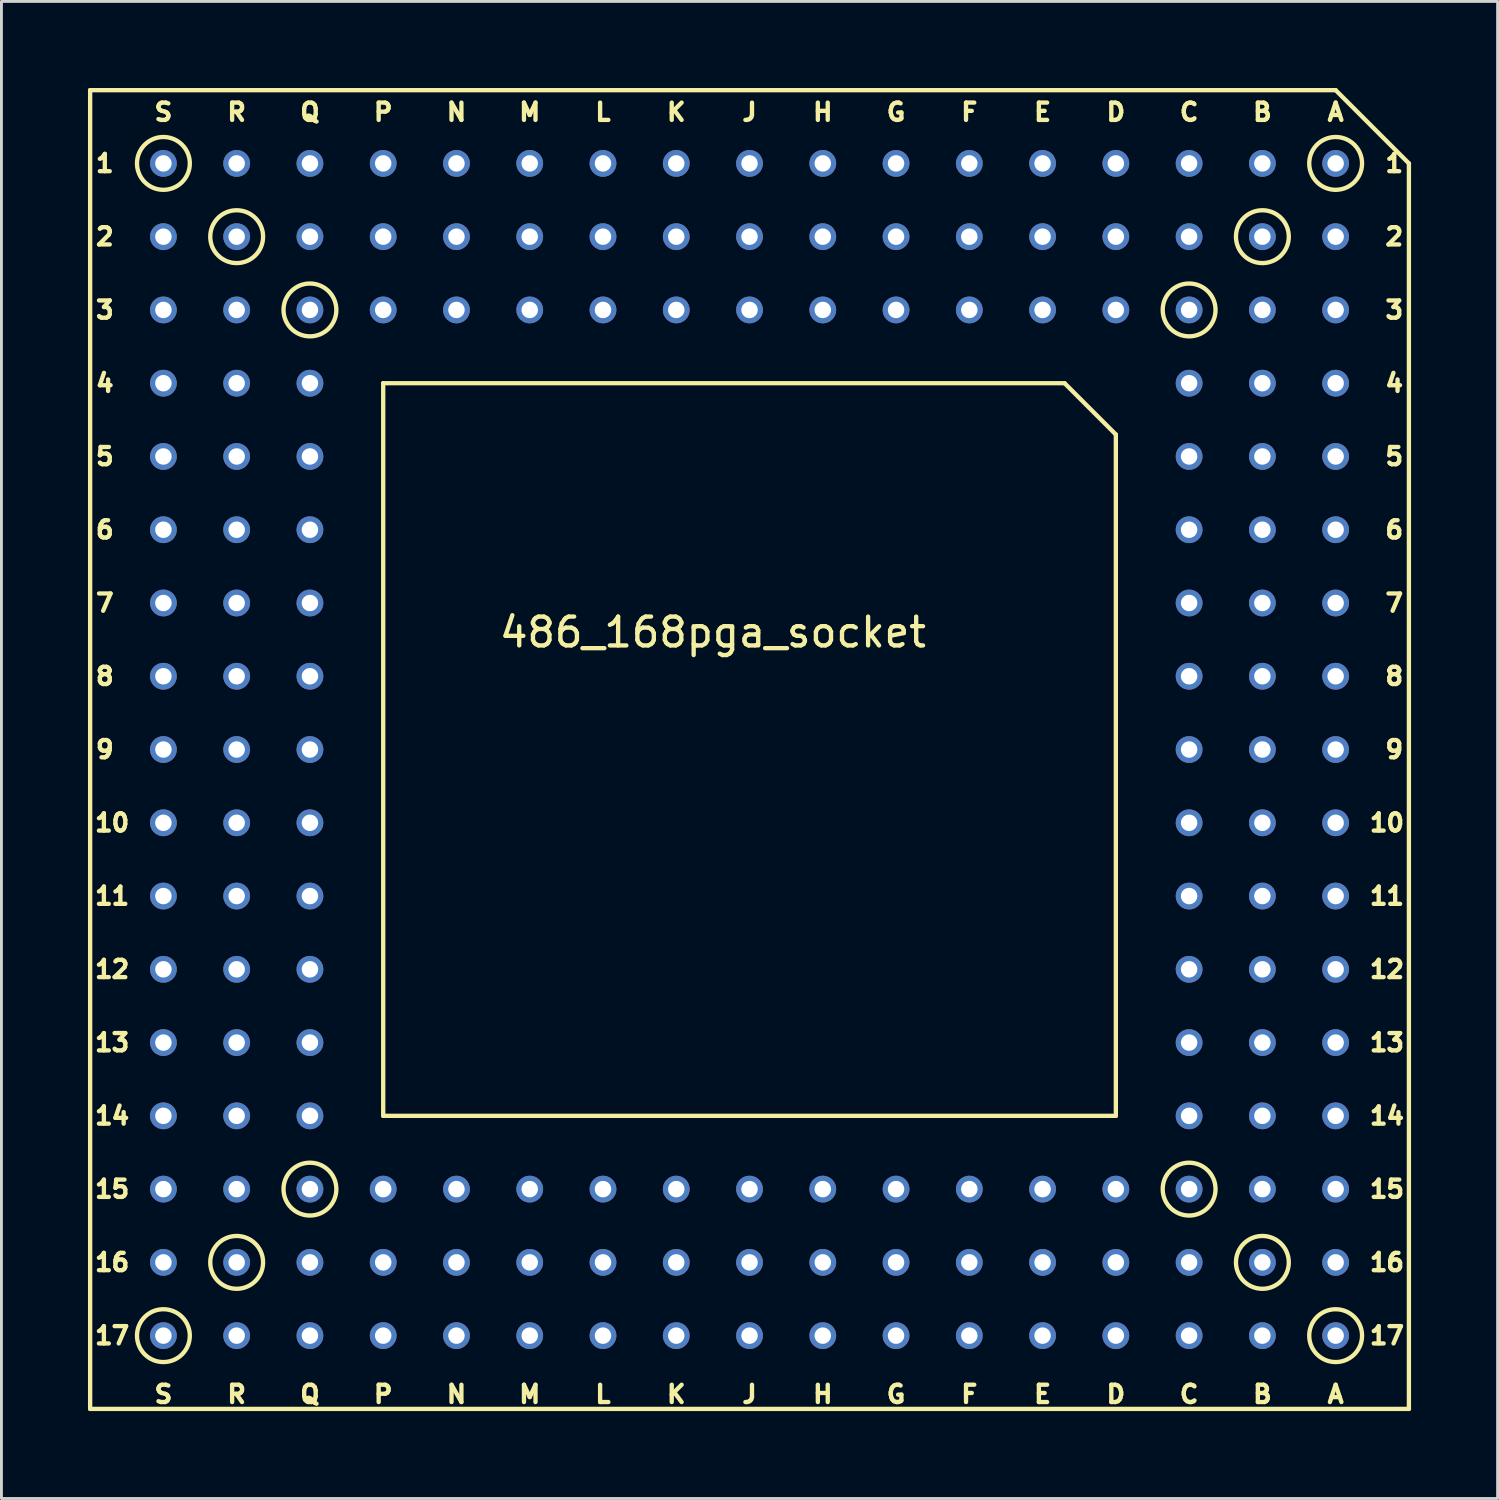
<source format=kicad_pcb>
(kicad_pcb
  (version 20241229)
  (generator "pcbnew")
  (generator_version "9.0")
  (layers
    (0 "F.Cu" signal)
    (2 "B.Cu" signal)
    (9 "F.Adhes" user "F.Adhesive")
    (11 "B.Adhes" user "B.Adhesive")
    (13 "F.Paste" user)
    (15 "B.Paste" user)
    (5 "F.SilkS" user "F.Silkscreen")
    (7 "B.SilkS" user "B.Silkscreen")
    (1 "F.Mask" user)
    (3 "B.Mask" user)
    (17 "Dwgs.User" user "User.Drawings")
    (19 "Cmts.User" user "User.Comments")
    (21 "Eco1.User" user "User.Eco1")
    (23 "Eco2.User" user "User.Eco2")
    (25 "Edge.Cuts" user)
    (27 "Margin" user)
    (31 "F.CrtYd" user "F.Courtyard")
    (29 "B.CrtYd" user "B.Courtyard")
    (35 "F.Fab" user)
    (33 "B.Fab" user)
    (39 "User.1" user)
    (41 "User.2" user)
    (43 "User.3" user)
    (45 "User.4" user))
  (footprint "486_168pga_socket"
    (layer "F.Cu")
    (at 43.255 2.615)
    (property "Reference" "486_168pga_socket" (at -21.59 16.256 0) (layer "F.SilkS") (effects (font (size 1 1) (thickness 0.15))))
    (attr through_hole)
    (fp_line (start -43.18 -2.54) (end 0 -2.54) (stroke (width 0.15) (type solid)) (layer "F.SilkS"))
    (fp_line (start -43.18 43.18) (end -43.18 -2.54) (stroke (width 0.15) (type solid)) (layer "F.SilkS"))
    (fp_line (start -33.02 7.62) (end -33.02 33.02) (stroke (width 0.15) (type solid)) (layer "F.SilkS"))
    (fp_line (start -33.02 33.02) (end -7.62 33.02) (stroke (width 0.15) (type solid)) (layer "F.SilkS"))
    (fp_line (start -9.398 7.62) (end -33.02 7.62) (stroke (width 0.15) (type solid)) (layer "F.SilkS"))
    (fp_line (start -9.398 7.62) (end -7.62 9.398) (stroke (width 0.15) (type solid)) (layer "F.SilkS"))
    (fp_line (start -7.62 33.02) (end -7.62 9.398) (stroke (width 0.15) (type solid)) (layer "F.SilkS"))
    (fp_line (start 0 -2.54) (end 2.54 0) (stroke (width 0.15) (type solid)) (layer "F.SilkS"))
    (fp_line (start 2.54 0) (end 2.54 43.18) (stroke (width 0.15) (type solid)) (layer "F.SilkS"))
    (fp_line (start 2.54 43.18) (end -43.18 43.18) (stroke (width 0.15) (type solid)) (layer "F.SilkS"))
    (fp_circle (center -40.64 0) (end -39.878 0.508) (stroke (width 0.15) (type solid)) (fill no) (layer "F.SilkS"))
    (fp_circle (center -40.64 40.64) (end -39.878 41.148) (stroke (width 0.15) (type solid)) (fill no) (layer "F.SilkS"))
    (fp_circle (center -38.1 2.54) (end -37.338 3.048) (stroke (width 0.15) (type solid)) (fill no) (layer "F.SilkS"))
    (fp_circle (center -38.1 38.1) (end -37.338 38.608) (stroke (width 0.15) (type solid)) (fill no) (layer "F.SilkS"))
    (fp_circle (center -35.56 5.08) (end -34.798 5.588) (stroke (width 0.15) (type solid)) (fill no) (layer "F.SilkS"))
    (fp_circle (center -35.56 35.56) (end -34.798 36.068) (stroke (width 0.15) (type solid)) (fill no) (layer "F.SilkS"))
    (fp_circle (center -5.08 5.08) (end -4.318 5.588) (stroke (width 0.15) (type solid)) (fill no) (layer "F.SilkS"))
    (fp_circle (center -5.08 35.56) (end -4.318 36.068) (stroke (width 0.15) (type solid)) (fill no) (layer "F.SilkS"))
    (fp_circle (center -2.54 2.54) (end -1.778 3.048) (stroke (width 0.15) (type solid)) (fill no) (layer "F.SilkS"))
    (fp_circle (center -2.54 38.1) (end -1.778 38.608) (stroke (width 0.15) (type solid)) (fill no) (layer "F.SilkS"))
    (fp_circle (center 0 0) (end 0.762 0.508) (stroke (width 0.15) (type solid)) (fill no) (layer "F.SilkS"))
    (fp_circle (center 0 40.64) (end 0.762 41.148) (stroke (width 0.15) (type solid)) (fill no) (layer "F.SilkS"))
    (fp_text user "P" (at -33.02 42.672 0) (layer "F.SilkS") (effects (font (size 0.6 0.6) (thickness 0.15))))
    (fp_text user "13" (at 1.778 30.48 0) (layer "F.SilkS") (effects (font (size 0.6 0.6) (thickness 0.15))))
    (fp_text user "A" (at 0 42.672 0) (layer "F.SilkS") (effects (font (size 0.6 0.6) (thickness 0.15))))
    (fp_text user "B" (at -2.54 -1.778 0) (layer "F.SilkS") (effects (font (size 0.6 0.6) (thickness 0.15))))
    (fp_text user "H" (at -17.78 42.672 0) (layer "F.SilkS") (effects (font (size 0.6 0.6) (thickness 0.15))))
    (fp_text user "13" (at -42.418 30.48 0) (layer "F.SilkS") (effects (font (size 0.6 0.6) (thickness 0.15))))
    (fp_text user "9" (at -42.672 20.32 0) (layer "F.SilkS") (effects (font (size 0.6 0.6) (thickness 0.15))))
    (fp_text user "2" (at 2.032 2.54 0) (layer "F.SilkS") (effects (font (size 0.6 0.6) (thickness 0.15))))
    (fp_text user "B" (at -2.54 42.672 0) (layer "F.SilkS") (effects (font (size 0.6 0.6) (thickness 0.15))))
    (fp_text user "S" (at -40.64 -1.778 0) (layer "F.SilkS") (effects (font (size 0.6 0.6) (thickness 0.15))))
    (fp_text user "J" (at -20.32 -1.778 0) (layer "F.SilkS") (effects (font (size 0.6 0.6) (thickness 0.15))))
    (fp_text user "14" (at -42.418 33.02 0) (layer "F.SilkS") (effects (font (size 0.6 0.6) (thickness 0.15))))
    (fp_text user "S" (at -40.64 42.672 0) (layer "F.SilkS") (effects (font (size 0.6 0.6) (thickness 0.15))))
    (fp_text user "6" (at -42.672 12.7 0) (layer "F.SilkS") (effects (font (size 0.6 0.6) (thickness 0.15))))
    (fp_text user "6" (at 2.032 12.7 0) (layer "F.SilkS") (effects (font (size 0.6 0.6) (thickness 0.15))))
    (fp_text user "4" (at 2.032 7.62 0) (layer "F.SilkS") (effects (font (size 0.6 0.6) (thickness 0.15))))
    (fp_text user "1" (at 2.032 0 0) (layer "F.SilkS") (effects (font (size 0.6 0.6) (thickness 0.15))))
    (fp_text user "J" (at -20.32 42.672 0) (layer "F.SilkS") (effects (font (size 0.6 0.6) (thickness 0.15))))
    (fp_text user "16" (at -42.418 38.1 0) (layer "F.SilkS") (effects (font (size 0.6 0.6) (thickness 0.15))))
    (fp_text user "11" (at 1.778 25.4 0) (layer "F.SilkS") (effects (font (size 0.6 0.6) (thickness 0.15))))
    (fp_text user "5" (at 2.032 10.16 0) (layer "F.SilkS") (effects (font (size 0.6 0.6) (thickness 0.15))))
    (fp_text user "15" (at -42.418 35.56 0) (layer "F.SilkS") (effects (font (size 0.6 0.6) (thickness 0.15))))
    (fp_text user "K" (at -22.86 42.672 0) (layer "F.SilkS") (effects (font (size 0.6 0.6) (thickness 0.15))))
    (fp_text user "17" (at 1.778 40.64 0) (layer "F.SilkS") (effects (font (size 0.6 0.6) (thickness 0.15))))
    (fp_text user "L" (at -25.4 -1.778 0) (layer "F.SilkS") (effects (font (size 0.6 0.6) (thickness 0.15))))
    (fp_text user "2" (at -42.672 2.54 0) (layer "F.SilkS") (effects (font (size 0.6 0.6) (thickness 0.15))))
    (fp_text user "16" (at 1.778 38.1 0) (layer "F.SilkS") (effects (font (size 0.6 0.6) (thickness 0.15))))
    (fp_text user "1" (at -42.672 0 0) (layer "F.SilkS") (effects (font (size 0.6 0.6) (thickness 0.15))))
    (fp_text user "17" (at -42.418 40.64 0) (layer "F.SilkS") (effects (font (size 0.6 0.6) (thickness 0.15))))
    (fp_text user "15" (at 1.778 35.56 0) (layer "F.SilkS") (effects (font (size 0.6 0.6) (thickness 0.15))))
    (fp_text user "E" (at -10.16 -1.778 0) (layer "F.SilkS") (effects (font (size 0.6 0.6) (thickness 0.15))))
    (fp_text user "N" (at -30.48 42.672 0) (layer "F.SilkS") (effects (font (size 0.6 0.6) (thickness 0.15))))
    (fp_text user "R" (at -38.1 42.672 0) (layer "F.SilkS") (effects (font (size 0.6 0.6) (thickness 0.15))))
    (fp_text user "Q" (at -35.56 -1.778 0) (layer "F.SilkS") (effects (font (size 0.6 0.6) (thickness 0.15))))
    (fp_text user "G" (at -15.24 -1.778 0) (layer "F.SilkS") (effects (font (size 0.6 0.6) (thickness 0.15))))
    (fp_text user "7" (at -42.672 15.24 0) (layer "F.SilkS") (effects (font (size 0.6 0.6) (thickness 0.15))))
    (fp_text user "M" (at -27.94 42.672 0) (layer "F.SilkS") (effects (font (size 0.6 0.6) (thickness 0.15))))
    (fp_text user "P" (at -33.02 -1.778 0) (layer "F.SilkS") (effects (font (size 0.6 0.6) (thickness 0.15))))
    (fp_text user "R" (at -38.1 -1.778 0) (layer "F.SilkS") (effects (font (size 0.6 0.6) (thickness 0.15))))
    (fp_text user "C" (at -5.08 42.672 0) (layer "F.SilkS") (effects (font (size 0.6 0.6) (thickness 0.15))))
    (fp_text user "L" (at -25.4 42.672 0) (layer "F.SilkS") (effects (font (size 0.6 0.6) (thickness 0.15))))
    (fp_text user "8" (at 2.032 17.78 0) (layer "F.SilkS") (effects (font (size 0.6 0.6) (thickness 0.15))))
    (fp_text user "E" (at -10.16 42.672 0) (layer "F.SilkS") (effects (font (size 0.6 0.6) (thickness 0.15))))
    (fp_text user "10" (at -42.418 22.86 0) (layer "F.SilkS") (effects (font (size 0.6 0.6) (thickness 0.15))))
    (fp_text user "Q" (at -35.56 42.672 0) (layer "F.SilkS") (effects (font (size 0.6 0.6) (thickness 0.15))))
    (fp_text user "8" (at -42.672 17.78 0) (layer "F.SilkS") (effects (font (size 0.6 0.6) (thickness 0.15))))
    (fp_text user "K" (at -22.86 -1.778 0) (layer "F.SilkS") (effects (font (size 0.6 0.6) (thickness 0.15))))
    (fp_text user "12" (at 1.778 27.94 0) (layer "F.SilkS") (effects (font (size 0.6 0.6) (thickness 0.15))))
    (fp_text user "14" (at 1.778 33.02 0) (layer "F.SilkS") (effects (font (size 0.6 0.6) (thickness 0.15))))
    (fp_text user "H" (at -17.78 -1.778 0) (layer "F.SilkS") (effects (font (size 0.6 0.6) (thickness 0.15))))
    (fp_text user "5" (at -42.672 10.16 0) (layer "F.SilkS") (effects (font (size 0.6 0.6) (thickness 0.15))))
    (fp_text user "12" (at -42.418 27.94 0) (layer "F.SilkS") (effects (font (size 0.6 0.6) (thickness 0.15))))
    (fp_text user "7" (at 2.032 15.24 0) (layer "F.SilkS") (effects (font (size 0.6 0.6) (thickness 0.15))))
    (fp_text user "D" (at -7.62 -1.778 0) (layer "F.SilkS") (effects (font (size 0.6 0.6) (thickness 0.15))))
    (fp_text user "M" (at -27.94 -1.778 0) (layer "F.SilkS") (effects (font (size 0.6 0.6) (thickness 0.15))))
    (fp_text user "10" (at 1.778 22.86 0) (layer "F.SilkS") (effects (font (size 0.6 0.6) (thickness 0.15))))
    (fp_text user "D" (at -7.62 42.672 0) (layer "F.SilkS") (effects (font (size 0.6 0.6) (thickness 0.15))))
    (fp_text user "C" (at -5.08 -1.778 0) (layer "F.SilkS") (effects (font (size 0.6 0.6) (thickness 0.15))))
    (fp_text user "3" (at -42.672 5.08 0) (layer "F.SilkS") (effects (font (size 0.6 0.6) (thickness 0.15))))
    (fp_text user "N" (at -30.48 -1.778 0) (layer "F.SilkS") (effects (font (size 0.6 0.6) (thickness 0.15))))
    (fp_text user "11" (at -42.418 25.4 0) (layer "F.SilkS") (effects (font (size 0.6 0.6) (thickness 0.15))))
    (fp_text user "4" (at -42.672 7.62 0) (layer "F.SilkS") (effects (font (size 0.6 0.6) (thickness 0.15))))
    (fp_text user "G" (at -15.24 42.672 0) (layer "F.SilkS") (effects (font (size 0.6 0.6) (thickness 0.15))))
    (fp_text user "9" (at 2.032 20.32 0) (layer "F.SilkS") (effects (font (size 0.6 0.6) (thickness 0.15))))
    (fp_text user "3" (at 2.032 5.08 0) (layer "F.SilkS") (effects (font (size 0.6 0.6) (thickness 0.15))))
    (fp_text user "F" (at -12.7 -1.778 0) (layer "F.SilkS") (effects (font (size 0.6 0.6) (thickness 0.15))))
    (fp_text user "F" (at -12.7 42.672 0) (layer "F.SilkS") (effects (font (size 0.6 0.6) (thickness 0.15))))
    (fp_text user "A" (at 0 -1.778 0) (layer "F.SilkS") (effects (font (size 0.6 0.6) (thickness 0.15))))
    (pad "A1" thru_hole circle (at 0 0) (size 0.93 0.93) (drill 0.57) (layers "*.Cu" "*.Mask"))
    (pad "A2" thru_hole circle (at 0 2.54) (size 0.93 0.93) (drill 0.57) (layers "*.Cu" "*.Mask"))
    (pad "A3" thru_hole circle (at 0 5.08) (size 0.93 0.93) (drill 0.57) (layers "*.Cu" "*.Mask"))
    (pad "A4" thru_hole circle (at 0 7.62) (size 0.93 0.93) (drill 0.57) (layers "*.Cu" "*.Mask"))
    (pad "A5" thru_hole circle (at 0 10.16) (size 0.93 0.93) (drill 0.57) (layers "*.Cu" "*.Mask"))
    (pad "A6" thru_hole circle (at 0 12.7) (size 0.93 0.93) (drill 0.57) (layers "*.Cu" "*.Mask"))
    (pad "A7" thru_hole circle (at 0 15.24) (size 0.93 0.93) (drill 0.57) (layers "*.Cu" "*.Mask"))
    (pad "A8" thru_hole circle (at 0 17.78) (size 0.93 0.93) (drill 0.57) (layers "*.Cu" "*.Mask"))
    (pad "A9" thru_hole circle (at 0 20.32) (size 0.93 0.93) (drill 0.57) (layers "*.Cu" "*.Mask"))
    (pad "A10" thru_hole circle (at 0 22.86) (size 0.93 0.93) (drill 0.57) (layers "*.Cu" "*.Mask"))
    (pad "A11" thru_hole circle (at 0 25.4) (size 0.93 0.93) (drill 0.57) (layers "*.Cu" "*.Mask"))
    (pad "A12" thru_hole circle (at 0 27.94) (size 0.93 0.93) (drill 0.57) (layers "*.Cu" "*.Mask"))
    (pad "A13" thru_hole circle (at 0 30.48) (size 0.93 0.93) (drill 0.57) (layers "*.Cu" "*.Mask"))
    (pad "A14" thru_hole circle (at 0 33.02) (size 0.93 0.93) (drill 0.57) (layers "*.Cu" "*.Mask"))
    (pad "A15" thru_hole circle (at 0 35.56) (size 0.93 0.93) (drill 0.57) (layers "*.Cu" "*.Mask"))
    (pad "A16" thru_hole circle (at 0 38.1) (size 0.93 0.93) (drill 0.57) (layers "*.Cu" "*.Mask"))
    (pad "A17" thru_hole circle (at 0 40.64) (size 0.93 0.93) (drill 0.57) (layers "*.Cu" "*.Mask"))
    (pad "B1" thru_hole circle (at -2.54 0) (size 0.93 0.93) (drill 0.57) (layers "*.Cu" "*.Mask"))
    (pad "B2" thru_hole circle (at -2.54 2.54) (size 0.93 0.93) (drill 0.57) (layers "*.Cu" "*.Mask"))
    (pad "B3" thru_hole circle (at -2.54 5.08) (size 0.93 0.93) (drill 0.57) (layers "*.Cu" "*.Mask"))
    (pad "B4" thru_hole circle (at -2.54 7.62) (size 0.93 0.93) (drill 0.57) (layers "*.Cu" "*.Mask"))
    (pad "B5" thru_hole circle (at -2.54 10.16) (size 0.93 0.93) (drill 0.57) (layers "*.Cu" "*.Mask"))
    (pad "B6" thru_hole circle (at -2.54 12.7) (size 0.93 0.93) (drill 0.57) (layers "*.Cu" "*.Mask"))
    (pad "B7" thru_hole circle (at -2.54 15.24) (size 0.93 0.93) (drill 0.57) (layers "*.Cu" "*.Mask"))
    (pad "B8" thru_hole circle (at -2.54 17.78) (size 0.93 0.93) (drill 0.57) (layers "*.Cu" "*.Mask"))
    (pad "B9" thru_hole circle (at -2.54 20.32) (size 0.93 0.93) (drill 0.57) (layers "*.Cu" "*.Mask"))
    (pad "B10" thru_hole circle (at -2.54 22.86) (size 0.93 0.93) (drill 0.57) (layers "*.Cu" "*.Mask"))
    (pad "B11" thru_hole circle (at -2.54 25.4) (size 0.93 0.93) (drill 0.57) (layers "*.Cu" "*.Mask"))
    (pad "B12" thru_hole circle (at -2.54 27.94) (size 0.93 0.93) (drill 0.57) (layers "*.Cu" "*.Mask"))
    (pad "B13" thru_hole circle (at -2.54 30.48) (size 0.93 0.93) (drill 0.57) (layers "*.Cu" "*.Mask"))
    (pad "B14" thru_hole circle (at -2.54 33.02) (size 0.93 0.93) (drill 0.57) (layers "*.Cu" "*.Mask"))
    (pad "B15" thru_hole circle (at -2.54 35.56) (size 0.93 0.93) (drill 0.57) (layers "*.Cu" "*.Mask"))
    (pad "B16" thru_hole circle (at -2.54 38.1) (size 0.93 0.93) (drill 0.57) (layers "*.Cu" "*.Mask"))
    (pad "B17" thru_hole circle (at -2.54 40.64) (size 0.93 0.93) (drill 0.57) (layers "*.Cu" "*.Mask"))
    (pad "C1" thru_hole circle (at -5.08 0) (size 0.93 0.93) (drill 0.57) (layers "*.Cu" "*.Mask"))
    (pad "C2" thru_hole circle (at -5.08 2.54) (size 0.93 0.93) (drill 0.57) (layers "*.Cu" "*.Mask"))
    (pad "C3" thru_hole circle (at -5.08 5.08) (size 0.93 0.93) (drill 0.57) (layers "*.Cu" "*.Mask"))
    (pad "C4" thru_hole circle (at -5.08 7.62) (size 0.93 0.93) (drill 0.57) (layers "*.Cu" "*.Mask"))
    (pad "C5" thru_hole circle (at -5.08 10.16) (size 0.93 0.93) (drill 0.57) (layers "*.Cu" "*.Mask"))
    (pad "C6" thru_hole circle (at -5.08 12.7) (size 0.93 0.93) (drill 0.57) (layers "*.Cu" "*.Mask"))
    (pad "C7" thru_hole circle (at -5.08 15.24) (size 0.93 0.93) (drill 0.57) (layers "*.Cu" "*.Mask"))
    (pad "C8" thru_hole circle (at -5.08 17.78) (size 0.93 0.93) (drill 0.57) (layers "*.Cu" "*.Mask"))
    (pad "C9" thru_hole circle (at -5.08 20.32) (size 0.93 0.93) (drill 0.57) (layers "*.Cu" "*.Mask"))
    (pad "C10" thru_hole circle (at -5.08 22.86) (size 0.93 0.93) (drill 0.57) (layers "*.Cu" "*.Mask"))
    (pad "C11" thru_hole circle (at -5.08 25.4) (size 0.93 0.93) (drill 0.57) (layers "*.Cu" "*.Mask"))
    (pad "C12" thru_hole circle (at -5.08 27.94) (size 0.93 0.93) (drill 0.57) (layers "*.Cu" "*.Mask"))
    (pad "C13" thru_hole circle (at -5.08 30.48) (size 0.93 0.93) (drill 0.57) (layers "*.Cu" "*.Mask"))
    (pad "C14" thru_hole circle (at -5.08 33.02) (size 0.93 0.93) (drill 0.57) (layers "*.Cu" "*.Mask"))
    (pad "C15" thru_hole circle (at -5.08 35.56) (size 0.93 0.93) (drill 0.57) (layers "*.Cu" "*.Mask"))
    (pad "C16" thru_hole circle (at -5.08 38.1) (size 0.93 0.93) (drill 0.57) (layers "*.Cu" "*.Mask"))
    (pad "C17" thru_hole circle (at -5.08 40.64) (size 0.93 0.93) (drill 0.57) (layers "*.Cu" "*.Mask"))
    (pad "D1" thru_hole circle (at -7.62 0) (size 0.93 0.93) (drill 0.57) (layers "*.Cu" "*.Mask"))
    (pad "D2" thru_hole circle (at -7.62 2.54) (size 0.93 0.93) (drill 0.57) (layers "*.Cu" "*.Mask"))
    (pad "D3" thru_hole circle (at -7.62 5.08) (size 0.93 0.93) (drill 0.57) (layers "*.Cu" "*.Mask"))
    (pad "D15" thru_hole circle (at -7.62 35.56) (size 0.93 0.93) (drill 0.57) (layers "*.Cu" "*.Mask"))
    (pad "D16" thru_hole circle (at -7.62 38.1) (size 0.93 0.93) (drill 0.57) (layers "*.Cu" "*.Mask"))
    (pad "D17" thru_hole circle (at -7.62 40.64) (size 0.93 0.93) (drill 0.57) (layers "*.Cu" "*.Mask"))
    (pad "E1" thru_hole circle (at -10.16 0) (size 0.93 0.93) (drill 0.57) (layers "*.Cu" "*.Mask"))
    (pad "E2" thru_hole circle (at -10.16 2.54) (size 0.93 0.93) (drill 0.57) (layers "*.Cu" "*.Mask"))
    (pad "E3" thru_hole circle (at -10.16 5.08) (size 0.93 0.93) (drill 0.57) (layers "*.Cu" "*.Mask"))
    (pad "E15" thru_hole circle (at -10.16 35.56) (size 0.93 0.93) (drill 0.57) (layers "*.Cu" "*.Mask"))
    (pad "E16" thru_hole circle (at -10.16 38.1) (size 0.93 0.93) (drill 0.57) (layers "*.Cu" "*.Mask"))
    (pad "E17" thru_hole circle (at -10.16 40.64) (size 0.93 0.93) (drill 0.57) (layers "*.Cu" "*.Mask"))
    (pad "F1" thru_hole circle (at -12.7 0) (size 0.93 0.93) (drill 0.57) (layers "*.Cu" "*.Mask"))
    (pad "F2" thru_hole circle (at -12.7 2.54) (size 0.93 0.93) (drill 0.57) (layers "*.Cu" "*.Mask"))
    (pad "F3" thru_hole circle (at -12.7 5.08) (size 0.93 0.93) (drill 0.57) (layers "*.Cu" "*.Mask"))
    (pad "F15" thru_hole circle (at -12.7 35.56) (size 0.93 0.93) (drill 0.57) (layers "*.Cu" "*.Mask"))
    (pad "F16" thru_hole circle (at -12.7 38.1) (size 0.93 0.93) (drill 0.57) (layers "*.Cu" "*.Mask"))
    (pad "F17" thru_hole circle (at -12.7 40.64) (size 0.93 0.93) (drill 0.57) (layers "*.Cu" "*.Mask"))
    (pad "G1" thru_hole circle (at -15.24 0) (size 0.93 0.93) (drill 0.57) (layers "*.Cu" "*.Mask"))
    (pad "G2" thru_hole circle (at -15.24 2.54) (size 0.93 0.93) (drill 0.57) (layers "*.Cu" "*.Mask"))
    (pad "G3" thru_hole circle (at -15.24 5.08) (size 0.93 0.93) (drill 0.57) (layers "*.Cu" "*.Mask"))
    (pad "G15" thru_hole circle (at -15.24 35.56) (size 0.93 0.93) (drill 0.57) (layers "*.Cu" "*.Mask"))
    (pad "G16" thru_hole circle (at -15.24 38.1) (size 0.93 0.93) (drill 0.57) (layers "*.Cu" "*.Mask"))
    (pad "G17" thru_hole circle (at -15.24 40.64) (size 0.93 0.93) (drill 0.57) (layers "*.Cu" "*.Mask"))
    (pad "H1" thru_hole circle (at -17.78 0) (size 0.93 0.93) (drill 0.57) (layers "*.Cu" "*.Mask"))
    (pad "H2" thru_hole circle (at -17.78 2.54) (size 0.93 0.93) (drill 0.57) (layers "*.Cu" "*.Mask"))
    (pad "H3" thru_hole circle (at -17.78 5.08) (size 0.93 0.93) (drill 0.57) (layers "*.Cu" "*.Mask"))
    (pad "H15" thru_hole circle (at -17.78 35.56) (size 0.93 0.93) (drill 0.57) (layers "*.Cu" "*.Mask"))
    (pad "H16" thru_hole circle (at -17.78 38.1) (size 0.93 0.93) (drill 0.57) (layers "*.Cu" "*.Mask"))
    (pad "H17" thru_hole circle (at -17.78 40.64) (size 0.93 0.93) (drill 0.57) (layers "*.Cu" "*.Mask"))
    (pad "J1" thru_hole circle (at -20.32 0) (size 0.93 0.93) (drill 0.57) (layers "*.Cu" "*.Mask"))
    (pad "J2" thru_hole circle (at -20.32 2.54) (size 0.93 0.93) (drill 0.57) (layers "*.Cu" "*.Mask"))
    (pad "J3" thru_hole circle (at -20.32 5.08) (size 0.93 0.93) (drill 0.57) (layers "*.Cu" "*.Mask"))
    (pad "J15" thru_hole circle (at -20.32 35.56) (size 0.93 0.93) (drill 0.57) (layers "*.Cu" "*.Mask"))
    (pad "J16" thru_hole circle (at -20.32 38.1) (size 0.93 0.93) (drill 0.57) (layers "*.Cu" "*.Mask"))
    (pad "J17" thru_hole circle (at -20.32 40.64) (size 0.93 0.93) (drill 0.57) (layers "*.Cu" "*.Mask"))
    (pad "K1" thru_hole circle (at -22.86 0) (size 0.93 0.93) (drill 0.57) (layers "*.Cu" "*.Mask"))
    (pad "K2" thru_hole circle (at -22.86 2.54) (size 0.93 0.93) (drill 0.57) (layers "*.Cu" "*.Mask"))
    (pad "K3" thru_hole circle (at -22.86 5.08) (size 0.93 0.93) (drill 0.57) (layers "*.Cu" "*.Mask"))
    (pad "K15" thru_hole circle (at -22.86 35.56) (size 0.93 0.93) (drill 0.57) (layers "*.Cu" "*.Mask"))
    (pad "K16" thru_hole circle (at -22.86 38.1) (size 0.93 0.93) (drill 0.57) (layers "*.Cu" "*.Mask"))
    (pad "K17" thru_hole circle (at -22.86 40.64) (size 0.93 0.93) (drill 0.57) (layers "*.Cu" "*.Mask"))
    (pad "L1" thru_hole circle (at -25.4 0) (size 0.93 0.93) (drill 0.57) (layers "*.Cu" "*.Mask"))
    (pad "L2" thru_hole circle (at -25.4 2.54) (size 0.93 0.93) (drill 0.57) (layers "*.Cu" "*.Mask"))
    (pad "L3" thru_hole circle (at -25.4 5.08) (size 0.93 0.93) (drill 0.57) (layers "*.Cu" "*.Mask"))
    (pad "L15" thru_hole circle (at -25.4 35.56) (size 0.93 0.93) (drill 0.57) (layers "*.Cu" "*.Mask"))
    (pad "L16" thru_hole circle (at -25.4 38.1) (size 0.93 0.93) (drill 0.57) (layers "*.Cu" "*.Mask"))
    (pad "L17" thru_hole circle (at -25.4 40.64) (size 0.93 0.93) (drill 0.57) (layers "*.Cu" "*.Mask"))
    (pad "M1" thru_hole circle (at -27.94 0) (size 0.93 0.93) (drill 0.57) (layers "*.Cu" "*.Mask"))
    (pad "M2" thru_hole circle (at -27.94 2.54) (size 0.93 0.93) (drill 0.57) (layers "*.Cu" "*.Mask"))
    (pad "M3" thru_hole circle (at -27.94 5.08) (size 0.93 0.93) (drill 0.57) (layers "*.Cu" "*.Mask"))
    (pad "M15" thru_hole circle (at -27.94 35.56) (size 0.93 0.93) (drill 0.57) (layers "*.Cu" "*.Mask"))
    (pad "M16" thru_hole circle (at -27.94 38.1) (size 0.93 0.93) (drill 0.57) (layers "*.Cu" "*.Mask"))
    (pad "M17" thru_hole circle (at -27.94 40.64) (size 0.93 0.93) (drill 0.57) (layers "*.Cu" "*.Mask"))
    (pad "N1" thru_hole circle (at -30.48 0) (size 0.93 0.93) (drill 0.57) (layers "*.Cu" "*.Mask"))
    (pad "N2" thru_hole circle (at -30.48 2.54) (size 0.93 0.93) (drill 0.57) (layers "*.Cu" "*.Mask"))
    (pad "N3" thru_hole circle (at -30.48 5.08) (size 0.93 0.93) (drill 0.57) (layers "*.Cu" "*.Mask"))
    (pad "N15" thru_hole circle (at -30.48 35.56) (size 0.93 0.93) (drill 0.57) (layers "*.Cu" "*.Mask"))
    (pad "N16" thru_hole circle (at -30.48 38.1) (size 0.93 0.93) (drill 0.57) (layers "*.Cu" "*.Mask"))
    (pad "N17" thru_hole circle (at -30.48 40.64) (size 0.93 0.93) (drill 0.57) (layers "*.Cu" "*.Mask"))
    (pad "P1" thru_hole circle (at -33.02 0) (size 0.93 0.93) (drill 0.57) (layers "*.Cu" "*.Mask"))
    (pad "P2" thru_hole circle (at -33.02 2.54) (size 0.93 0.93) (drill 0.57) (layers "*.Cu" "*.Mask"))
    (pad "P3" thru_hole circle (at -33.02 5.08) (size 0.93 0.93) (drill 0.57) (layers "*.Cu" "*.Mask"))
    (pad "P15" thru_hole circle (at -33.02 35.56) (size 0.93 0.93) (drill 0.57) (layers "*.Cu" "*.Mask"))
    (pad "P16" thru_hole circle (at -33.02 38.1) (size 0.93 0.93) (drill 0.57) (layers "*.Cu" "*.Mask"))
    (pad "P17" thru_hole circle (at -33.02 40.64) (size 0.93 0.93) (drill 0.57) (layers "*.Cu" "*.Mask"))
    (pad "Q1" thru_hole circle (at -35.56 0) (size 0.93 0.93) (drill 0.57) (layers "*.Cu" "*.Mask"))
    (pad "Q2" thru_hole circle (at -35.56 2.54) (size 0.93 0.93) (drill 0.57) (layers "*.Cu" "*.Mask"))
    (pad "Q3" thru_hole circle (at -35.56 5.08) (size 0.93 0.93) (drill 0.57) (layers "*.Cu" "*.Mask"))
    (pad "Q4" thru_hole circle (at -35.56 7.62) (size 0.93 0.93) (drill 0.57) (layers "*.Cu" "*.Mask"))
    (pad "Q5" thru_hole circle (at -35.56 10.16) (size 0.93 0.93) (drill 0.57) (layers "*.Cu" "*.Mask"))
    (pad "Q6" thru_hole circle (at -35.56 12.7) (size 0.93 0.93) (drill 0.57) (layers "*.Cu" "*.Mask"))
    (pad "Q7" thru_hole circle (at -35.56 15.24) (size 0.93 0.93) (drill 0.57) (layers "*.Cu" "*.Mask"))
    (pad "Q8" thru_hole circle (at -35.56 17.78) (size 0.93 0.93) (drill 0.57) (layers "*.Cu" "*.Mask"))
    (pad "Q9" thru_hole circle (at -35.56 20.32) (size 0.93 0.93) (drill 0.57) (layers "*.Cu" "*.Mask"))
    (pad "Q10" thru_hole circle (at -35.56 22.86) (size 0.93 0.93) (drill 0.57) (layers "*.Cu" "*.Mask"))
    (pad "Q11" thru_hole circle (at -35.56 25.4) (size 0.93 0.93) (drill 0.57) (layers "*.Cu" "*.Mask"))
    (pad "Q12" thru_hole circle (at -35.56 27.94) (size 0.93 0.93) (drill 0.57) (layers "*.Cu" "*.Mask"))
    (pad "Q13" thru_hole circle (at -35.56 30.48) (size 0.93 0.93) (drill 0.57) (layers "*.Cu" "*.Mask"))
    (pad "Q14" thru_hole circle (at -35.56 33.02) (size 0.93 0.93) (drill 0.57) (layers "*.Cu" "*.Mask"))
    (pad "Q15" thru_hole circle (at -35.56 35.56) (size 0.93 0.93) (drill 0.57) (layers "*.Cu" "*.Mask"))
    (pad "Q16" thru_hole circle (at -35.56 38.1) (size 0.93 0.93) (drill 0.57) (layers "*.Cu" "*.Mask"))
    (pad "Q17" thru_hole circle (at -35.56 40.64) (size 0.93 0.93) (drill 0.57) (layers "*.Cu" "*.Mask"))
    (pad "R1" thru_hole circle (at -38.1 0) (size 0.93 0.93) (drill 0.57) (layers "*.Cu" "*.Mask"))
    (pad "R2" thru_hole circle (at -38.1 2.54) (size 0.93 0.93) (drill 0.57) (layers "*.Cu" "*.Mask"))
    (pad "R3" thru_hole circle (at -38.1 5.08) (size 0.93 0.93) (drill 0.57) (layers "*.Cu" "*.Mask"))
    (pad "R4" thru_hole circle (at -38.1 7.62) (size 0.93 0.93) (drill 0.57) (layers "*.Cu" "*.Mask"))
    (pad "R5" thru_hole circle (at -38.1 10.16) (size 0.93 0.93) (drill 0.57) (layers "*.Cu" "*.Mask"))
    (pad "R6" thru_hole circle (at -38.1 12.7) (size 0.93 0.93) (drill 0.57) (layers "*.Cu" "*.Mask"))
    (pad "R7" thru_hole circle (at -38.1 15.24) (size 0.93 0.93) (drill 0.57) (layers "*.Cu" "*.Mask"))
    (pad "R8" thru_hole circle (at -38.1 17.78) (size 0.93 0.93) (drill 0.57) (layers "*.Cu" "*.Mask"))
    (pad "R9" thru_hole circle (at -38.1 20.32) (size 0.93 0.93) (drill 0.57) (layers "*.Cu" "*.Mask"))
    (pad "R10" thru_hole circle (at -38.1 22.86) (size 0.93 0.93) (drill 0.57) (layers "*.Cu" "*.Mask"))
    (pad "R11" thru_hole circle (at -38.1 25.4) (size 0.93 0.93) (drill 0.57) (layers "*.Cu" "*.Mask"))
    (pad "R12" thru_hole circle (at -38.1 27.94) (size 0.93 0.93) (drill 0.57) (layers "*.Cu" "*.Mask"))
    (pad "R13" thru_hole circle (at -38.1 30.48) (size 0.93 0.93) (drill 0.57) (layers "*.Cu" "*.Mask"))
    (pad "R14" thru_hole circle (at -38.1 33.02) (size 0.93 0.93) (drill 0.57) (layers "*.Cu" "*.Mask"))
    (pad "R15" thru_hole circle (at -38.1 35.56) (size 0.93 0.93) (drill 0.57) (layers "*.Cu" "*.Mask"))
    (pad "R16" thru_hole circle (at -38.1 38.1) (size 0.93 0.93) (drill 0.57) (layers "*.Cu" "*.Mask"))
    (pad "R17" thru_hole circle (at -38.1 40.64) (size 0.93 0.93) (drill 0.57) (layers "*.Cu" "*.Mask"))
    (pad "S1" thru_hole circle (at -40.64 0) (size 0.93 0.93) (drill 0.57) (layers "*.Cu" "*.Mask"))
    (pad "S2" thru_hole circle (at -40.64 2.54) (size 0.93 0.93) (drill 0.57) (layers "*.Cu" "*.Mask"))
    (pad "S3" thru_hole circle (at -40.64 5.08) (size 0.93 0.93) (drill 0.57) (layers "*.Cu" "*.Mask"))
    (pad "S4" thru_hole circle (at -40.64 7.62) (size 0.93 0.93) (drill 0.57) (layers "*.Cu" "*.Mask"))
    (pad "S5" thru_hole circle (at -40.64 10.16) (size 0.93 0.93) (drill 0.57) (layers "*.Cu" "*.Mask"))
    (pad "S6" thru_hole circle (at -40.64 12.7) (size 0.93 0.93) (drill 0.57) (layers "*.Cu" "*.Mask"))
    (pad "S7" thru_hole circle (at -40.64 15.24) (size 0.93 0.93) (drill 0.57) (layers "*.Cu" "*.Mask"))
    (pad "S8" thru_hole circle (at -40.64 17.78) (size 0.93 0.93) (drill 0.57) (layers "*.Cu" "*.Mask"))
    (pad "S9" thru_hole circle (at -40.64 20.32) (size 0.93 0.93) (drill 0.57) (layers "*.Cu" "*.Mask"))
    (pad "S10" thru_hole circle (at -40.64 22.86) (size 0.93 0.93) (drill 0.57) (layers "*.Cu" "*.Mask"))
    (pad "S11" thru_hole circle (at -40.64 25.4) (size 0.93 0.93) (drill 0.57) (layers "*.Cu" "*.Mask"))
    (pad "S12" thru_hole circle (at -40.64 27.94) (size 0.93 0.93) (drill 0.57) (layers "*.Cu" "*.Mask"))
    (pad "S13" thru_hole circle (at -40.64 30.48) (size 0.93 0.93) (drill 0.57) (layers "*.Cu" "*.Mask"))
    (pad "S14" thru_hole circle (at -40.64 33.02) (size 0.93 0.93) (drill 0.57) (layers "*.Cu" "*.Mask"))
    (pad "S15" thru_hole circle (at -40.64 35.56) (size 0.93 0.93) (drill 0.57) (layers "*.Cu" "*.Mask"))
    (pad "S16" thru_hole circle (at -40.64 38.1) (size 0.93 0.93) (drill 0.57) (layers "*.Cu" "*.Mask"))
    (pad "S17" thru_hole circle (at -40.64 40.64) (size 0.93 0.93) (drill 0.57) (layers "*.Cu" "*.Mask")))
  (gr_rect
    (start -3 -3)
    (end 48.87 48.901)
    (stroke (width 0.1) (type default))
    (fill no)
    (layer "Edge.Cuts")))
</source>
